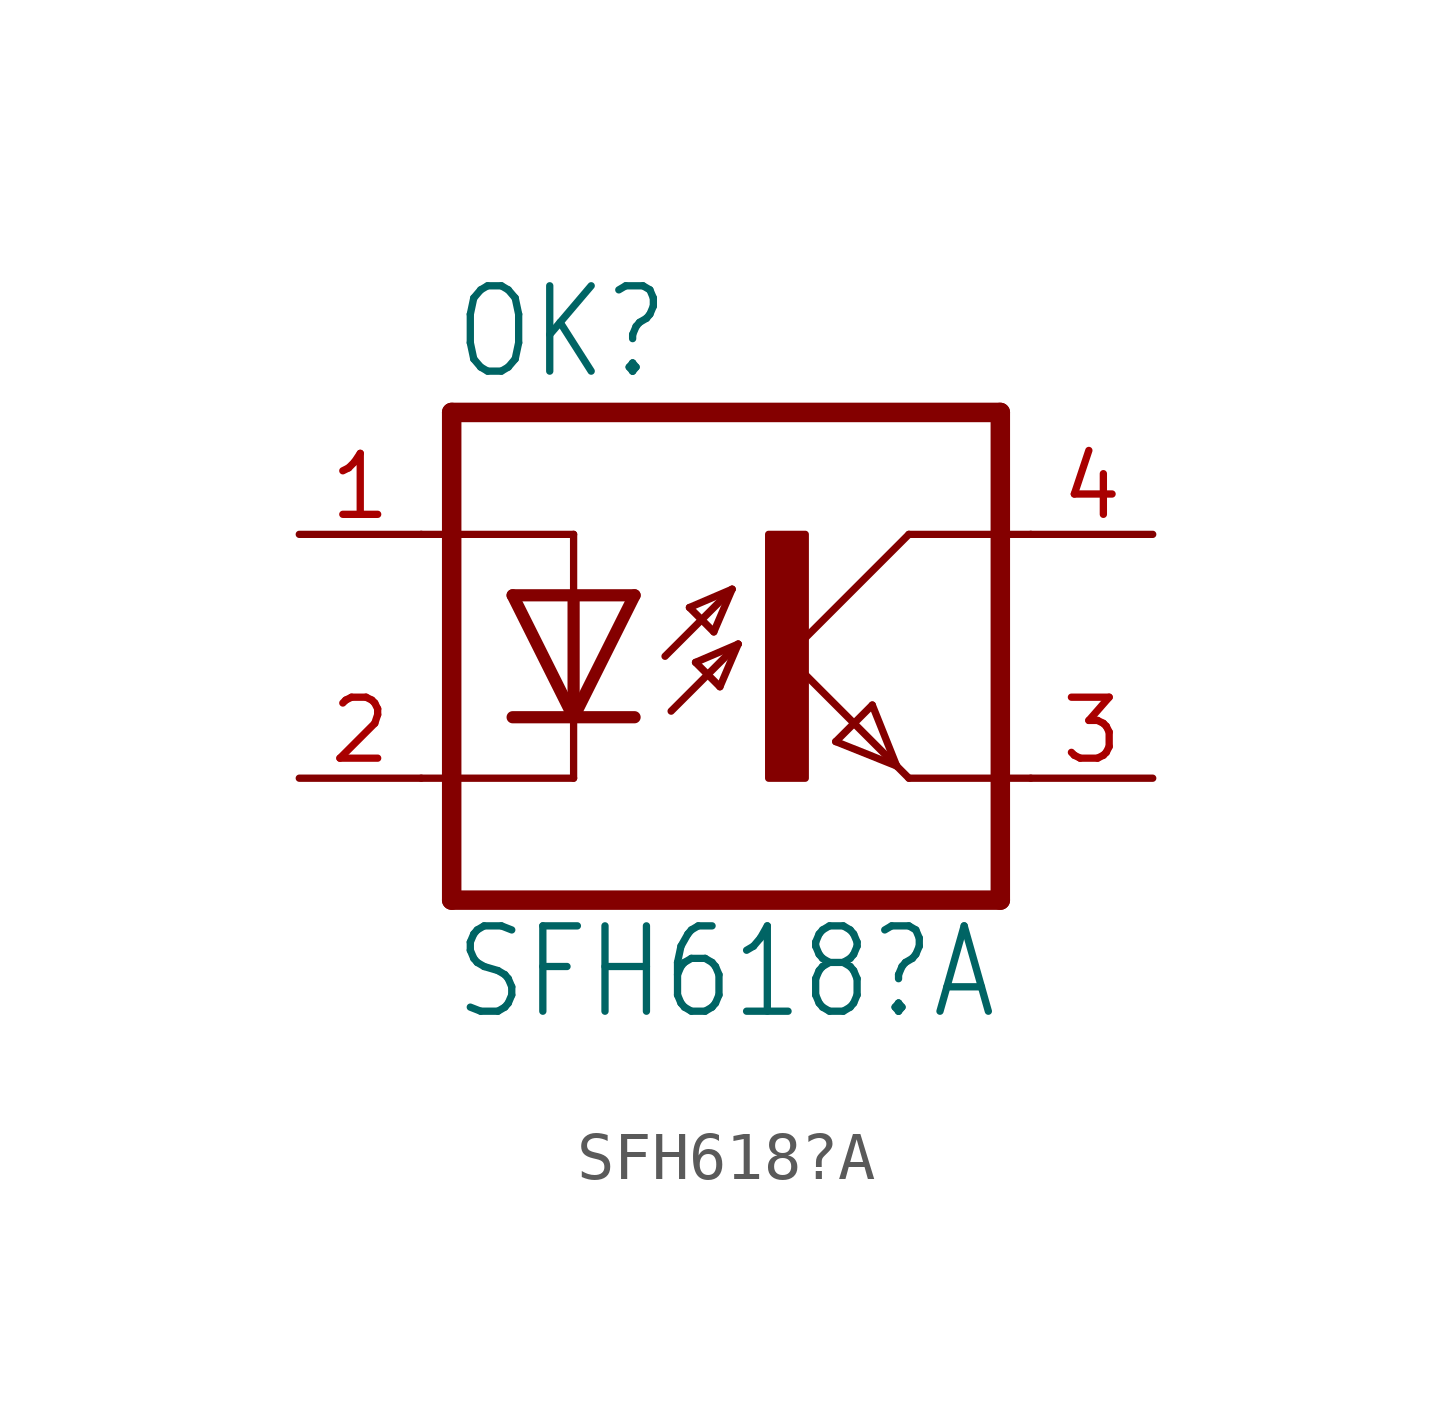
<source format=kicad_sym>
(kicad_symbol_lib
  (version 20211014)
  (generator kicad_symbol_editor)
  (symbol "SFH618?A"
    (property "Reference" "OK"
      (at -6.985 5.715 0)
      (effects (font (size 1.778 1.511)) (justify left bottom)))
    (property "Value" "SFH618?A"
      (at -6.985 -7.62 0)
      (effects (font (size 1.778 1.511)) (justify left bottom)))
    (property "ki_locked" ""
      (at 0 0 0)
      (effects (font (size 1.27 1.27))))
    (symbol "SFH618?A_1_0"
      (rectangle (start -0.381 -2.54) (end 0.381 2.54) (stroke (width 0) (type default) (color 0 0 0 0)) (fill (type outline)))
      (polyline (pts (xy -6.985 -5.08) (xy 4.445 -5.08)) (stroke (width 0.406) (type default) (color 0 0 0 0)) (fill (type none)))
      (polyline (pts (xy -6.985 5.08) (xy -6.985 -5.08)) (stroke (width 0.406) (type default) (color 0 0 0 0)) (fill (type none)))
      (polyline (pts (xy -6.985 5.08) (xy 4.445 5.08)) (stroke (width 0.406) (type default) (color 0 0 0 0)) (fill (type none)))
      (polyline (pts (xy -4.445 -2.54) (xy -7.62 -2.54)) (stroke (width 0.152) (type default) (color 0 0 0 0)) (fill (type none)))
      (polyline (pts (xy -4.445 -1.27) (xy -5.715 -1.27)) (stroke (width 0.254) (type default) (color 0 0 0 0)) (fill (type none)))
      (polyline (pts (xy -4.445 -1.27) (xy -5.715 1.27)) (stroke (width 0.254) (type default) (color 0 0 0 0)) (fill (type none)))
      (polyline (pts (xy -4.445 -1.27) (xy -4.445 -2.54)) (stroke (width 0.152) (type default) (color 0 0 0 0)) (fill (type none)))
      (polyline (pts (xy -4.445 1.27) (xy -5.715 1.27)) (stroke (width 0.254) (type default) (color 0 0 0 0)) (fill (type none)))
      (polyline (pts (xy -4.445 1.27) (xy -4.445 -1.27)) (stroke (width 0.254) (type default) (color 0 0 0 0)) (fill (type none)))
      (polyline (pts (xy -4.445 2.54) (xy -7.62 2.54)) (stroke (width 0.152) (type default) (color 0 0 0 0)) (fill (type none)))
      (polyline (pts (xy -4.445 2.54) (xy -4.445 1.27)) (stroke (width 0.152) (type default) (color 0 0 0 0)) (fill (type none)))
      (polyline (pts (xy -3.175 -1.27) (xy -4.445 -1.27)) (stroke (width 0.254) (type default) (color 0 0 0 0)) (fill (type none)))
      (polyline (pts (xy -3.175 1.27) (xy -4.445 -1.27)) (stroke (width 0.254) (type default) (color 0 0 0 0)) (fill (type none)))
      (polyline (pts (xy -3.175 1.27) (xy -4.445 1.27)) (stroke (width 0.254) (type default) (color 0 0 0 0)) (fill (type none)))
      (polyline (pts (xy -2.54 0) (xy -1.143 1.397)) (stroke (width 0.152) (type default) (color 0 0 0 0)) (fill (type none)))
      (polyline (pts (xy -2.413 -1.143) (xy -1.016 0.254)) (stroke (width 0.152) (type default) (color 0 0 0 0)) (fill (type none)))
      (polyline (pts (xy -2.032 1.016) (xy -1.524 0.508)) (stroke (width 0.152) (type default) (color 0 0 0 0)) (fill (type none)))
      (polyline (pts (xy -1.905 -0.127) (xy -1.397 -0.635)) (stroke (width 0.152) (type default) (color 0 0 0 0)) (fill (type none)))
      (polyline (pts (xy -1.524 0.508) (xy -1.143 1.397)) (stroke (width 0.152) (type default) (color 0 0 0 0)) (fill (type none)))
      (polyline (pts (xy -1.397 -0.635) (xy -1.016 0.254)) (stroke (width 0.152) (type default) (color 0 0 0 0)) (fill (type none)))
      (polyline (pts (xy -1.143 1.397) (xy -2.032 1.016)) (stroke (width 0.152) (type default) (color 0 0 0 0)) (fill (type none)))
      (polyline (pts (xy -1.016 0.254) (xy -1.905 -0.127)) (stroke (width 0.152) (type default) (color 0 0 0 0)) (fill (type none)))
      (polyline (pts (xy 0 0) (xy 2.286 -2.286)) (stroke (width 0.152) (type default) (color 0 0 0 0)) (fill (type none)))
      (polyline (pts (xy 1.016 -1.778) (xy 1.778 -1.016)) (stroke (width 0.152) (type default) (color 0 0 0 0)) (fill (type none)))
      (polyline (pts (xy 1.778 -1.016) (xy 2.286 -2.286)) (stroke (width 0.152) (type default) (color 0 0 0 0)) (fill (type none)))
      (polyline (pts (xy 2.286 -2.286) (xy 1.016 -1.778)) (stroke (width 0.152) (type default) (color 0 0 0 0)) (fill (type none)))
      (polyline (pts (xy 2.286 -2.286) (xy 2.54 -2.54)) (stroke (width 0.152) (type default) (color 0 0 0 0)) (fill (type none)))
      (polyline (pts (xy 2.54 -2.54) (xy 5.08 -2.54)) (stroke (width 0.152) (type default) (color 0 0 0 0)) (fill (type none)))
      (polyline (pts (xy 2.54 2.54) (xy 0 0)) (stroke (width 0.152) (type default) (color 0 0 0 0)) (fill (type none)))
      (polyline (pts (xy 2.54 2.54) (xy 5.08 2.54)) (stroke (width 0.152) (type default) (color 0 0 0 0)) (fill (type none)))
      (polyline (pts (xy 4.445 5.08) (xy 4.445 -5.08)) (stroke (width 0.406) (type default) (color 0 0 0 0)) (fill (type none)))
      (pin passive line (at -10.16 2.54 0) (length 2.54) (name "A" (effects (font (size 0 0)))) (number "1" (effects (font (size 1.27 1.27)))))
      (pin passive line (at -10.16 -2.54 0) (length 2.54) (name "C" (effects (font (size 0 0)))) (number "2" (effects (font (size 1.27 1.27)))))
      (pin passive line (at 7.62 -2.54 180) (length 2.54) (name "EMIT" (effects (font (size 0 0)))) (number "3" (effects (font (size 1.27 1.27)))))
      (pin passive line (at 7.62 2.54 180) (length 2.54) (name "COL" (effects (font (size 0 0)))) (number "4" (effects (font (size 1.27 1.27))))))))
</source>
